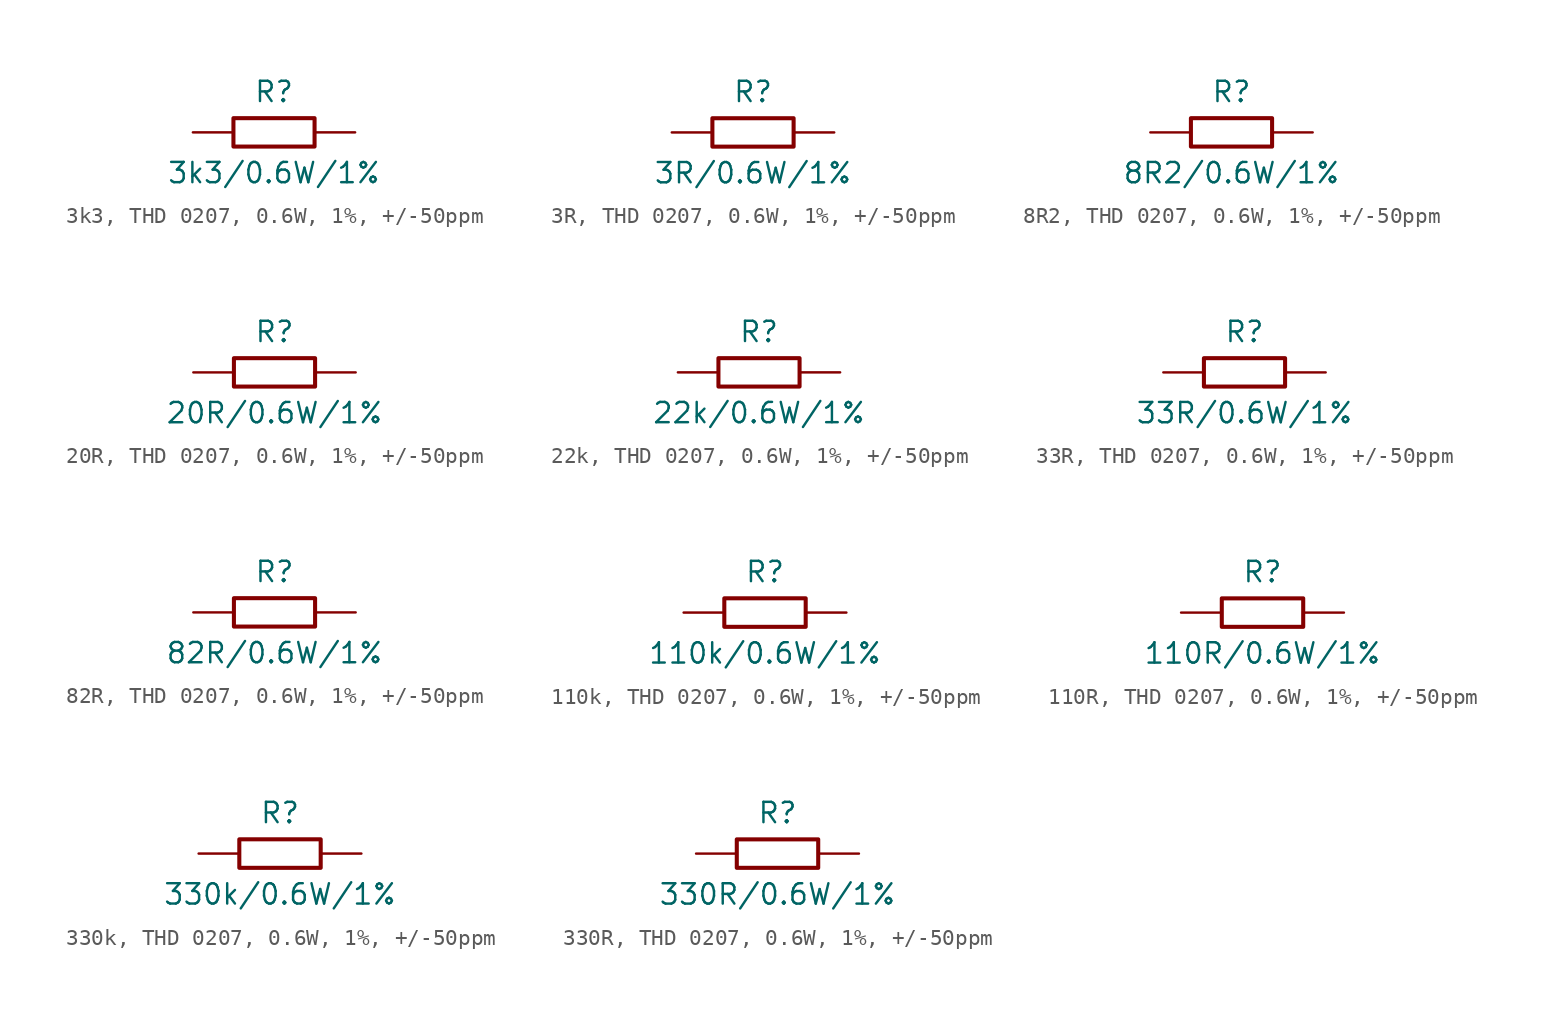
<source format=kicad_sym>
(kicad_symbol_lib
  (version 20231120)
  (generator "kicad_symbol_editor")
  (generator_version "8.0")
  (symbol "3k3, THD 0207, 0.6W, 1%, +/-50ppm"
    (pin_numbers hide)
    (pin_names
      (offset 0) hide)
    (property "Reference" "R"
      (at 0 2.54 0)
      (effects (font (size 1.27 1.27))))
    (property "Value" "3k3/0.6W/1%"
      (at 0 -2.54 0)
      (effects (font (size 1.27 1.27))))
    (symbol "3k3, THD 0207, 0.6W, 1%, +/-50ppm_0_1"
      (rectangle (start -2.54 0.889) (end 2.54 -0.889) (stroke (width 0.254) (type default)) (fill (type none))))
    (symbol "3k3, THD 0207, 0.6W, 1%, +/-50ppm_1_1"
      (pin passive line (at -5.08 0 0) (length 2.54) (name "1" (effects (font (size 1.27 1.27)))) (number "1" (effects (font (size 1.27 1.27)))))
      (pin passive line (at 5.08 0 180) (length 2.54) (name "2" (effects (font (size 1.27 1.27)))) (number "2" (effects (font (size 1.27 1.27)))))))
  (symbol "3R, THD 0207, 0.6W, 1%, +/-50ppm"
    (pin_numbers hide)
    (pin_names
      (offset 0) hide)
    (property "Reference" "R"
      (at 0 2.54 0)
      (effects (font (size 1.27 1.27))))
    (property "Value" "3R/0.6W/1%"
      (at 0 -2.54 0)
      (effects (font (size 1.27 1.27))))
    (symbol "3R, THD 0207, 0.6W, 1%, +/-50ppm_0_1"
      (rectangle (start -2.54 0.889) (end 2.54 -0.889) (stroke (width 0.254) (type default)) (fill (type none))))
    (symbol "3R, THD 0207, 0.6W, 1%, +/-50ppm_1_1"
      (pin passive line (at -5.08 0 0) (length 2.54) (name "1" (effects (font (size 1.27 1.27)))) (number "1" (effects (font (size 1.27 1.27)))))
      (pin passive line (at 5.08 0 180) (length 2.54) (name "2" (effects (font (size 1.27 1.27)))) (number "2" (effects (font (size 1.27 1.27)))))))
  (symbol "8R2, THD 0207, 0.6W, 1%, +/-50ppm"
    (pin_numbers hide)
    (pin_names
      (offset 0) hide)
    (property "Reference" "R"
      (at 0 2.54 0)
      (effects (font (size 1.27 1.27))))
    (property "Value" "8R2/0.6W/1%"
      (at 0 -2.54 0)
      (effects (font (size 1.27 1.27))))
    (symbol "8R2, THD 0207, 0.6W, 1%, +/-50ppm_0_1"
      (rectangle (start -2.54 0.889) (end 2.54 -0.889) (stroke (width 0.254) (type default)) (fill (type none))))
    (symbol "8R2, THD 0207, 0.6W, 1%, +/-50ppm_1_1"
      (pin passive line (at -5.08 0 0) (length 2.54) (name "1" (effects (font (size 1.27 1.27)))) (number "1" (effects (font (size 1.27 1.27)))))
      (pin passive line (at 5.08 0 180) (length 2.54) (name "2" (effects (font (size 1.27 1.27)))) (number "2" (effects (font (size 1.27 1.27)))))))
  (symbol "20R, THD 0207, 0.6W, 1%, +/-50ppm"
    (pin_numbers hide)
    (pin_names
      (offset 0) hide)
    (property "Reference" "R"
      (at 0 2.54 0)
      (effects (font (size 1.27 1.27))))
    (property "Value" "20R/0.6W/1%"
      (at 0 -2.54 0)
      (effects (font (size 1.27 1.27))))
    (symbol "20R, THD 0207, 0.6W, 1%, +/-50ppm_0_1"
      (rectangle (start -2.54 0.889) (end 2.54 -0.889) (stroke (width 0.254) (type default)) (fill (type none))))
    (symbol "20R, THD 0207, 0.6W, 1%, +/-50ppm_1_1"
      (pin passive line (at -5.08 0 0) (length 2.54) (name "1" (effects (font (size 1.27 1.27)))) (number "1" (effects (font (size 1.27 1.27)))))
      (pin passive line (at 5.08 0 180) (length 2.54) (name "2" (effects (font (size 1.27 1.27)))) (number "2" (effects (font (size 1.27 1.27)))))))
  (symbol "22k, THD 0207, 0.6W, 1%, +/-50ppm"
    (pin_numbers hide)
    (pin_names
      (offset 0) hide)
    (property "Reference" "R"
      (at 0 2.54 0)
      (effects (font (size 1.27 1.27))))
    (property "Value" "22k/0.6W/1%"
      (at 0 -2.54 0)
      (effects (font (size 1.27 1.27))))
    (symbol "22k, THD 0207, 0.6W, 1%, +/-50ppm_0_1"
      (rectangle (start -2.54 0.889) (end 2.54 -0.889) (stroke (width 0.254) (type default)) (fill (type none))))
    (symbol "22k, THD 0207, 0.6W, 1%, +/-50ppm_1_1"
      (pin passive line (at -5.08 0 0) (length 2.54) (name "1" (effects (font (size 1.27 1.27)))) (number "1" (effects (font (size 1.27 1.27)))))
      (pin passive line (at 5.08 0 180) (length 2.54) (name "2" (effects (font (size 1.27 1.27)))) (number "2" (effects (font (size 1.27 1.27)))))))
  (symbol "33R, THD 0207, 0.6W, 1%, +/-50ppm"
    (pin_numbers hide)
    (pin_names
      (offset 0) hide)
    (property "Reference" "R"
      (at 0 2.54 0)
      (effects (font (size 1.27 1.27))))
    (property "Value" "33R/0.6W/1%"
      (at 0 -2.54 0)
      (effects (font (size 1.27 1.27))))
    (symbol "33R, THD 0207, 0.6W, 1%, +/-50ppm_0_1"
      (rectangle (start -2.54 0.889) (end 2.54 -0.889) (stroke (width 0.254) (type default)) (fill (type none))))
    (symbol "33R, THD 0207, 0.6W, 1%, +/-50ppm_1_1"
      (pin passive line (at -5.08 0 0) (length 2.54) (name "1" (effects (font (size 1.27 1.27)))) (number "1" (effects (font (size 1.27 1.27)))))
      (pin passive line (at 5.08 0 180) (length 2.54) (name "2" (effects (font (size 1.27 1.27)))) (number "2" (effects (font (size 1.27 1.27)))))))
  (symbol "82R, THD 0207, 0.6W, 1%, +/-50ppm"
    (pin_numbers hide)
    (pin_names
      (offset 0) hide)
    (property "Reference" "R"
      (at 0 2.54 0)
      (effects (font (size 1.27 1.27))))
    (property "Value" "82R/0.6W/1%"
      (at 0 -2.54 0)
      (effects (font (size 1.27 1.27))))
    (symbol "82R, THD 0207, 0.6W, 1%, +/-50ppm_0_1"
      (rectangle (start -2.54 0.889) (end 2.54 -0.889) (stroke (width 0.254) (type default)) (fill (type none))))
    (symbol "82R, THD 0207, 0.6W, 1%, +/-50ppm_1_1"
      (pin passive line (at -5.08 0 0) (length 2.54) (name "1" (effects (font (size 1.27 1.27)))) (number "1" (effects (font (size 1.27 1.27)))))
      (pin passive line (at 5.08 0 180) (length 2.54) (name "2" (effects (font (size 1.27 1.27)))) (number "2" (effects (font (size 1.27 1.27)))))))
  (symbol "110k, THD 0207, 0.6W, 1%, +/-50ppm"
    (pin_numbers hide)
    (pin_names
      (offset 0) hide)
    (property "Reference" "R"
      (at 0 2.54 0)
      (effects (font (size 1.27 1.27))))
    (property "Value" "110k/0.6W/1%"
      (at 0 -2.54 0)
      (effects (font (size 1.27 1.27))))
    (symbol "110k, THD 0207, 0.6W, 1%, +/-50ppm_0_1"
      (rectangle (start -2.54 0.889) (end 2.54 -0.889) (stroke (width 0.254) (type default)) (fill (type none))))
    (symbol "110k, THD 0207, 0.6W, 1%, +/-50ppm_1_1"
      (pin passive line (at -5.08 0 0) (length 2.54) (name "1" (effects (font (size 1.27 1.27)))) (number "1" (effects (font (size 1.27 1.27)))))
      (pin passive line (at 5.08 0 180) (length 2.54) (name "2" (effects (font (size 1.27 1.27)))) (number "2" (effects (font (size 1.27 1.27)))))))
  (symbol "110R, THD 0207, 0.6W, 1%, +/-50ppm"
    (pin_numbers hide)
    (pin_names
      (offset 0) hide)
    (property "Reference" "R"
      (at 0 2.54 0)
      (effects (font (size 1.27 1.27))))
    (property "Value" "110R/0.6W/1%"
      (at 0 -2.54 0)
      (effects (font (size 1.27 1.27))))
    (symbol "110R, THD 0207, 0.6W, 1%, +/-50ppm_0_1"
      (rectangle (start -2.54 0.889) (end 2.54 -0.889) (stroke (width 0.254) (type default)) (fill (type none))))
    (symbol "110R, THD 0207, 0.6W, 1%, +/-50ppm_1_1"
      (pin passive line (at -5.08 0 0) (length 2.54) (name "1" (effects (font (size 1.27 1.27)))) (number "1" (effects (font (size 1.27 1.27)))))
      (pin passive line (at 5.08 0 180) (length 2.54) (name "2" (effects (font (size 1.27 1.27)))) (number "2" (effects (font (size 1.27 1.27)))))))
  (symbol "330k, THD 0207, 0.6W, 1%, +/-50ppm"
    (pin_numbers hide)
    (pin_names
      (offset 0) hide)
    (property "Reference" "R"
      (at 0 2.54 0)
      (effects (font (size 1.27 1.27))))
    (property "Value" "330k/0.6W/1%"
      (at 0 -2.54 0)
      (effects (font (size 1.27 1.27))))
    (symbol "330k, THD 0207, 0.6W, 1%, +/-50ppm_0_1"
      (rectangle (start -2.54 0.889) (end 2.54 -0.889) (stroke (width 0.254) (type default)) (fill (type none))))
    (symbol "330k, THD 0207, 0.6W, 1%, +/-50ppm_1_1"
      (pin passive line (at -5.08 0 0) (length 2.54) (name "1" (effects (font (size 1.27 1.27)))) (number "1" (effects (font (size 1.27 1.27)))))
      (pin passive line (at 5.08 0 180) (length 2.54) (name "2" (effects (font (size 1.27 1.27)))) (number "2" (effects (font (size 1.27 1.27)))))))
  (symbol "330R, THD 0207, 0.6W, 1%, +/-50ppm"
    (pin_numbers hide)
    (pin_names
      (offset 0) hide)
    (property "Reference" "R"
      (at 0 2.54 0)
      (effects (font (size 1.27 1.27))))
    (property "Value" "330R/0.6W/1%"
      (at 0 -2.54 0)
      (effects (font (size 1.27 1.27))))
    (symbol "330R, THD 0207, 0.6W, 1%, +/-50ppm_0_1"
      (rectangle (start -2.54 0.889) (end 2.54 -0.889) (stroke (width 0.254) (type default)) (fill (type none))))
    (symbol "330R, THD 0207, 0.6W, 1%, +/-50ppm_1_1"
      (pin passive line (at -5.08 0 0) (length 2.54) (name "1" (effects (font (size 1.27 1.27)))) (number "1" (effects (font (size 1.27 1.27)))))
      (pin passive line (at 5.08 0 180) (length 2.54) (name "2" (effects (font (size 1.27 1.27)))) (number "2" (effects (font (size 1.27 1.27))))))))
</source>
